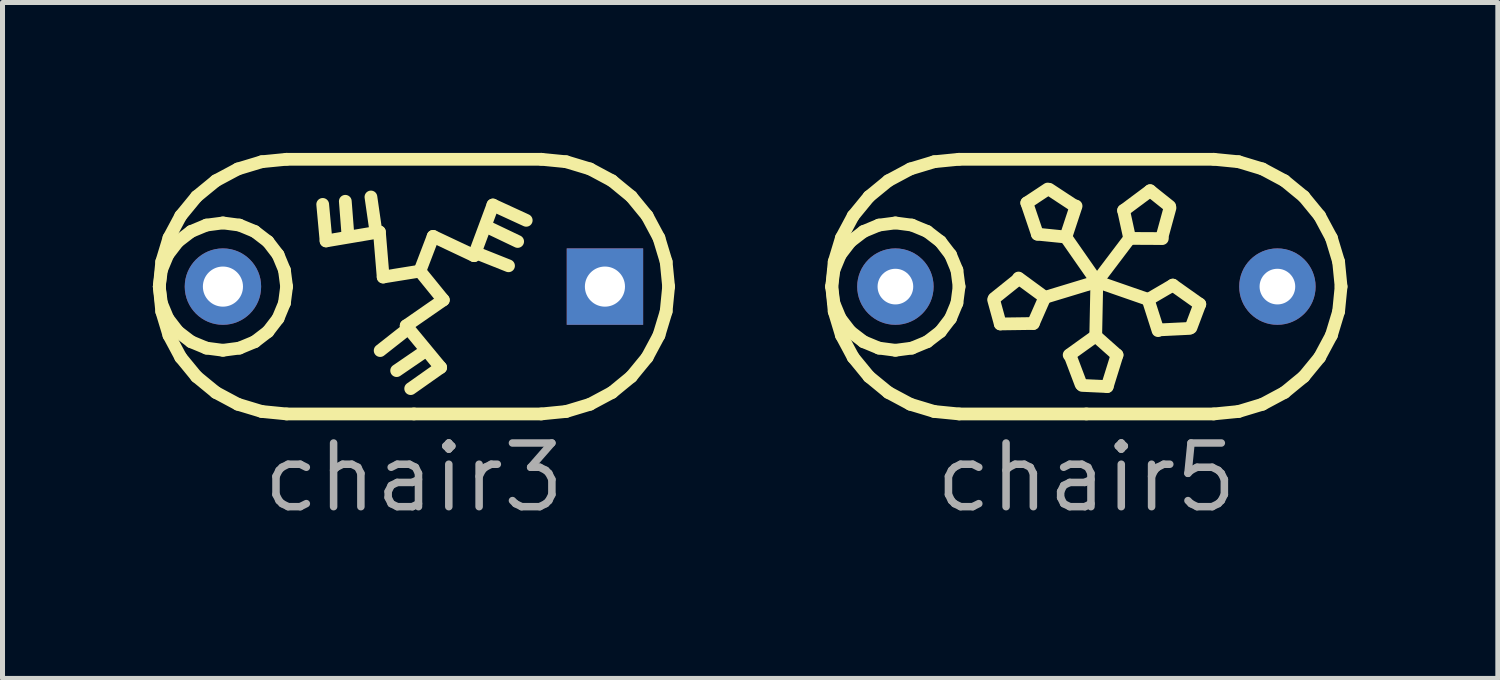
<source format=kicad_pcb>
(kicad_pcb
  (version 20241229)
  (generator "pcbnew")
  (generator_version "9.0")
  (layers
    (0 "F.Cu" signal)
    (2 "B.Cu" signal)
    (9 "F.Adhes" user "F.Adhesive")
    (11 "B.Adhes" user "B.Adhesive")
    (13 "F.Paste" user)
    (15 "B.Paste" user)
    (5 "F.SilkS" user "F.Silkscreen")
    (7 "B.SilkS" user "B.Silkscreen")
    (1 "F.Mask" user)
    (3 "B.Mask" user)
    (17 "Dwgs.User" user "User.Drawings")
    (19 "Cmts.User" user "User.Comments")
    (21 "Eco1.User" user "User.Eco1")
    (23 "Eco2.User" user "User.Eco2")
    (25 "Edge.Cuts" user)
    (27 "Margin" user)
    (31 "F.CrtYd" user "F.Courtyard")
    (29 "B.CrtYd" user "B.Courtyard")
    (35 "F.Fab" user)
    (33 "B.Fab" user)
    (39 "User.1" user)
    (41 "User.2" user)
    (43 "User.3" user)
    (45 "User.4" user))
  (footprint "chair3"
    (layer "F.Cu")
    (at 1.397 2.667)
    (property "Reference" "chair3" (at 3.81 3.81 0) (layer "F.Fab") (effects (font (size 1.27 1.27) (thickness 0.15))))
    (attr through_hole)
    (fp_line (start -1.27 0) (end -1.227 -0.329) (stroke (width 0.254) (type default)) (layer "F.SilkS"))
    (fp_line (start -1.27 0) (end -1.221 -0.496) (stroke (width 0.254) (type default)) (layer "F.SilkS"))
    (fp_line (start -1.227 -0.329) (end -1.1 -0.635) (stroke (width 0.254) (type default)) (layer "F.SilkS"))
    (fp_line (start -1.227 0.329) (end -1.27 0) (stroke (width 0.254) (type default)) (layer "F.SilkS"))
    (fp_line (start -1.221 -0.496) (end -1.077 -0.972) (stroke (width 0.254) (type default)) (layer "F.SilkS"))
    (fp_line (start -1.221 0.496) (end -1.27 0) (stroke (width 0.254) (type default)) (layer "F.SilkS"))
    (fp_line (start -1.1 -0.635) (end -0.898 -0.898) (stroke (width 0.254) (type default)) (layer "F.SilkS"))
    (fp_line (start -1.1 0.635) (end -1.227 0.329) (stroke (width 0.254) (type default)) (layer "F.SilkS"))
    (fp_line (start -1.077 -0.972) (end -0.842 -1.411) (stroke (width 0.254) (type default)) (layer "F.SilkS"))
    (fp_line (start -1.077 0.972) (end -1.221 0.496) (stroke (width 0.254) (type default)) (layer "F.SilkS"))
    (fp_line (start -0.898 -0.898) (end -0.635 -1.1) (stroke (width 0.254) (type default)) (layer "F.SilkS"))
    (fp_line (start -0.898 0.898) (end -1.1 0.635) (stroke (width 0.254) (type default)) (layer "F.SilkS"))
    (fp_line (start -0.842 -1.411) (end -0.526 -1.796) (stroke (width 0.254) (type default)) (layer "F.SilkS"))
    (fp_line (start -0.842 1.411) (end -1.077 0.972) (stroke (width 0.254) (type default)) (layer "F.SilkS"))
    (fp_line (start -0.635 -1.1) (end -0.329 -1.227) (stroke (width 0.254) (type default)) (layer "F.SilkS"))
    (fp_line (start -0.635 1.1) (end -0.898 0.898) (stroke (width 0.254) (type default)) (layer "F.SilkS"))
    (fp_line (start -0.526 -1.796) (end -0.141 -2.112) (stroke (width 0.254) (type default)) (layer "F.SilkS"))
    (fp_line (start -0.526 1.796) (end -0.842 1.411) (stroke (width 0.254) (type default)) (layer "F.SilkS"))
    (fp_line (start -0.329 -1.227) (end 0 -1.27) (stroke (width 0.254) (type default)) (layer "F.SilkS"))
    (fp_line (start -0.329 1.227) (end -0.635 1.1) (stroke (width 0.254) (type default)) (layer "F.SilkS"))
    (fp_line (start -0.141 -2.112) (end 0.298 -2.347) (stroke (width 0.254) (type default)) (layer "F.SilkS"))
    (fp_line (start -0.141 2.112) (end -0.526 1.796) (stroke (width 0.254) (type default)) (layer "F.SilkS"))
    (fp_line (start 0 -1.27) (end 0.329 -1.227) (stroke (width 0.254) (type default)) (layer "F.SilkS"))
    (fp_line (start 0 1.27) (end -0.329 1.227) (stroke (width 0.254) (type default)) (layer "F.SilkS"))
    (fp_line (start 0.298 -2.347) (end 0.774 -2.491) (stroke (width 0.254) (type default)) (layer "F.SilkS"))
    (fp_line (start 0.298 2.347) (end -0.141 2.112) (stroke (width 0.254) (type default)) (layer "F.SilkS"))
    (fp_line (start 0.329 -1.227) (end 0.635 -1.1) (stroke (width 0.254) (type default)) (layer "F.SilkS"))
    (fp_line (start 0.329 1.227) (end 0 1.27) (stroke (width 0.254) (type default)) (layer "F.SilkS"))
    (fp_line (start 0.635 -1.1) (end 0.898 -0.898) (stroke (width 0.254) (type default)) (layer "F.SilkS"))
    (fp_line (start 0.635 1.1) (end 0.329 1.227) (stroke (width 0.254) (type default)) (layer "F.SilkS"))
    (fp_line (start 0.774 -2.491) (end 1.27 -2.54) (stroke (width 0.254) (type default)) (layer "F.SilkS"))
    (fp_line (start 0.774 2.491) (end 0.298 2.347) (stroke (width 0.254) (type default)) (layer "F.SilkS"))
    (fp_line (start 0.898 -0.898) (end 1.1 -0.635) (stroke (width 0.254) (type default)) (layer "F.SilkS"))
    (fp_line (start 0.898 0.898) (end 0.635 1.1) (stroke (width 0.254) (type default)) (layer "F.SilkS"))
    (fp_line (start 1.1 -0.635) (end 1.227 -0.329) (stroke (width 0.254) (type default)) (layer "F.SilkS"))
    (fp_line (start 1.1 0.635) (end 0.898 0.898) (stroke (width 0.254) (type default)) (layer "F.SilkS"))
    (fp_line (start 1.227 -0.329) (end 1.27 0) (stroke (width 0.254) (type default)) (layer "F.SilkS"))
    (fp_line (start 1.227 0.329) (end 1.1 0.635) (stroke (width 0.254) (type default)) (layer "F.SilkS"))
    (fp_line (start 1.27 -2.54) (end 6.35 -2.54) (stroke (width 0.254) (type default)) (layer "F.SilkS"))
    (fp_line (start 1.27 0) (end 1.227 0.329) (stroke (width 0.254) (type default)) (layer "F.SilkS"))
    (fp_line (start 1.27 2.54) (end 0.774 2.491) (stroke (width 0.254) (type default)) (layer "F.SilkS"))
    (fp_line (start 1.99 -1.64) (end 2.057 -0.911) (stroke (width 0.254) (type default)) (layer "F.SilkS"))
    (fp_line (start 2.057 -0.911) (end 3.121 -1.091) (stroke (width 0.254) (type default)) (layer "F.SilkS"))
    (fp_line (start 2.492 -1.046) (end 2.441 -1.702) (stroke (width 0.254) (type default)) (layer "F.SilkS"))
    (fp_line (start 3.046 -1.136) (end 2.952 -1.788) (stroke (width 0.254) (type default)) (layer "F.SilkS"))
    (fp_line (start 3.121 -1.091) (end 3.196 -0.191) (stroke (width 0.254) (type default)) (layer "F.SilkS"))
    (fp_line (start 3.196 -0.191) (end 3.928 -0.309) (stroke (width 0.254) (type default)) (layer "F.SilkS"))
    (fp_line (start 3.653 0.869) (end 3.136 1.276) (stroke (width 0.254) (type default)) (layer "F.SilkS"))
    (fp_line (start 3.655 0.781) (end 4.396 0.267) (stroke (width 0.254) (type default)) (layer "F.SilkS"))
    (fp_line (start 3.745 2.035) (end 4.343 1.613) (stroke (width 0.254) (type default)) (layer "F.SilkS"))
    (fp_line (start 3.81 2.54) (end 1.27 2.54) (stroke (width 0.254) (type default)) (layer "F.SilkS"))
    (fp_line (start 4.009 1.304) (end 3.465 1.676) (stroke (width 0.254) (type default)) (layer "F.SilkS"))
    (fp_line (start 4.193 -1.002) (end 3.928 -0.309) (stroke (width 0.254) (type default)) (layer "F.SilkS"))
    (fp_line (start 4.343 1.613) (end 3.655 0.781) (stroke (width 0.254) (type default)) (layer "F.SilkS"))
    (fp_line (start 4.396 0.267) (end 3.928 -0.309) (stroke (width 0.254) (type default)) (layer "F.SilkS"))
    (fp_line (start 5.009 -0.617) (end 4.193 -1.002) (stroke (width 0.254) (type default)) (layer "F.SilkS"))
    (fp_line (start 5.085 -0.659) (end 5.697 -0.415) (stroke (width 0.254) (type default)) (layer "F.SilkS"))
    (fp_line (start 5.285 -1.184) (end 5.879 -0.9) (stroke (width 0.254) (type default)) (layer "F.SilkS"))
    (fp_line (start 5.385 -1.628) (end 5.009 -0.617) (stroke (width 0.254) (type default)) (layer "F.SilkS"))
    (fp_line (start 6.05 -1.322) (end 5.385 -1.628) (stroke (width 0.254) (type default)) (layer "F.SilkS"))
    (fp_line (start 6.35 -2.54) (end 6.846 -2.491) (stroke (width 0.254) (type default)) (layer "F.SilkS"))
    (fp_line (start 6.35 2.54) (end 3.81 2.54) (stroke (width 0.254) (type default)) (layer "F.SilkS"))
    (fp_line (start 6.846 -2.491) (end 7.322 -2.347) (stroke (width 0.254) (type default)) (layer "F.SilkS"))
    (fp_line (start 6.846 2.491) (end 6.35 2.54) (stroke (width 0.254) (type default)) (layer "F.SilkS"))
    (fp_line (start 7.322 -2.347) (end 7.761 -2.112) (stroke (width 0.254) (type default)) (layer "F.SilkS"))
    (fp_line (start 7.322 2.347) (end 6.846 2.491) (stroke (width 0.254) (type default)) (layer "F.SilkS"))
    (fp_line (start 7.761 -2.112) (end 8.146 -1.796) (stroke (width 0.254) (type default)) (layer "F.SilkS"))
    (fp_line (start 7.761 2.112) (end 7.322 2.347) (stroke (width 0.254) (type default)) (layer "F.SilkS"))
    (fp_line (start 8.146 -1.796) (end 8.462 -1.411) (stroke (width 0.254) (type default)) (layer "F.SilkS"))
    (fp_line (start 8.146 1.796) (end 7.761 2.112) (stroke (width 0.254) (type default)) (layer "F.SilkS"))
    (fp_line (start 8.462 -1.411) (end 8.697 -0.972) (stroke (width 0.254) (type default)) (layer "F.SilkS"))
    (fp_line (start 8.462 1.411) (end 8.146 1.796) (stroke (width 0.254) (type default)) (layer "F.SilkS"))
    (fp_line (start 8.697 -0.972) (end 8.841 -0.496) (stroke (width 0.254) (type default)) (layer "F.SilkS"))
    (fp_line (start 8.697 0.972) (end 8.462 1.411) (stroke (width 0.254) (type default)) (layer "F.SilkS"))
    (fp_line (start 8.841 -0.496) (end 8.89 0) (stroke (width 0.254) (type default)) (layer "F.SilkS"))
    (fp_line (start 8.841 0.496) (end 8.697 0.972) (stroke (width 0.254) (type default)) (layer "F.SilkS"))
    (fp_line (start 8.89 0) (end 8.841 0.496) (stroke (width 0.254) (type default)) (layer "F.SilkS"))
    (pad "1" thru_hole rect (at 7.62 0) (size 1.524 1.524) (drill 0.8) (layers "*.Cu" "*.Mask"))
    (pad "2" thru_hole circle (at 0 0) (size 1.524 1.524) (drill 0.8) (layers "*.Cu" "*.Mask")))
  (footprint "chair5"
    (layer "F.Cu")
    (at 14.811 2.667)
    (property "Reference" "chair5" (at 3.81 3.81 0) (layer "F.Fab") (effects (font (size 1.27 1.27) (thickness 0.15))))
    (attr through_hole)
    (fp_line (start -1.27 0) (end -1.227 -0.329) (stroke (width 0.254) (type default)) (layer "F.SilkS"))
    (fp_line (start -1.27 0) (end -1.221 -0.496) (stroke (width 0.254) (type default)) (layer "F.SilkS"))
    (fp_line (start -1.227 -0.329) (end -1.1 -0.635) (stroke (width 0.254) (type default)) (layer "F.SilkS"))
    (fp_line (start -1.227 0.329) (end -1.27 0) (stroke (width 0.254) (type default)) (layer "F.SilkS"))
    (fp_line (start -1.221 -0.496) (end -1.077 -0.972) (stroke (width 0.254) (type default)) (layer "F.SilkS"))
    (fp_line (start -1.221 0.496) (end -1.27 0) (stroke (width 0.254) (type default)) (layer "F.SilkS"))
    (fp_line (start -1.1 -0.635) (end -0.898 -0.898) (stroke (width 0.254) (type default)) (layer "F.SilkS"))
    (fp_line (start -1.1 0.635) (end -1.227 0.329) (stroke (width 0.254) (type default)) (layer "F.SilkS"))
    (fp_line (start -1.077 -0.972) (end -0.842 -1.411) (stroke (width 0.254) (type default)) (layer "F.SilkS"))
    (fp_line (start -1.077 0.972) (end -1.221 0.496) (stroke (width 0.254) (type default)) (layer "F.SilkS"))
    (fp_line (start -0.898 -0.898) (end -0.635 -1.1) (stroke (width 0.254) (type default)) (layer "F.SilkS"))
    (fp_line (start -0.898 0.898) (end -1.1 0.635) (stroke (width 0.254) (type default)) (layer "F.SilkS"))
    (fp_line (start -0.842 -1.411) (end -0.526 -1.796) (stroke (width 0.254) (type default)) (layer "F.SilkS"))
    (fp_line (start -0.842 1.411) (end -1.077 0.972) (stroke (width 0.254) (type default)) (layer "F.SilkS"))
    (fp_line (start -0.635 -1.1) (end -0.329 -1.227) (stroke (width 0.254) (type default)) (layer "F.SilkS"))
    (fp_line (start -0.635 1.1) (end -0.898 0.898) (stroke (width 0.254) (type default)) (layer "F.SilkS"))
    (fp_line (start -0.526 -1.796) (end -0.141 -2.112) (stroke (width 0.254) (type default)) (layer "F.SilkS"))
    (fp_line (start -0.526 1.796) (end -0.842 1.411) (stroke (width 0.254) (type default)) (layer "F.SilkS"))
    (fp_line (start -0.329 -1.227) (end 0 -1.27) (stroke (width 0.254) (type default)) (layer "F.SilkS"))
    (fp_line (start -0.329 1.227) (end -0.635 1.1) (stroke (width 0.254) (type default)) (layer "F.SilkS"))
    (fp_line (start -0.141 -2.112) (end 0.298 -2.347) (stroke (width 0.254) (type default)) (layer "F.SilkS"))
    (fp_line (start -0.141 2.112) (end -0.526 1.796) (stroke (width 0.254) (type default)) (layer "F.SilkS"))
    (fp_line (start 0 -1.27) (end 0.329 -1.227) (stroke (width 0.254) (type default)) (layer "F.SilkS"))
    (fp_line (start 0 1.27) (end -0.329 1.227) (stroke (width 0.254) (type default)) (layer "F.SilkS"))
    (fp_line (start 0.298 -2.347) (end 0.774 -2.491) (stroke (width 0.254) (type default)) (layer "F.SilkS"))
    (fp_line (start 0.298 2.347) (end -0.141 2.112) (stroke (width 0.254) (type default)) (layer "F.SilkS"))
    (fp_line (start 0.329 -1.227) (end 0.635 -1.1) (stroke (width 0.254) (type default)) (layer "F.SilkS"))
    (fp_line (start 0.329 1.227) (end 0 1.27) (stroke (width 0.254) (type default)) (layer "F.SilkS"))
    (fp_line (start 0.635 -1.1) (end 0.898 -0.898) (stroke (width 0.254) (type default)) (layer "F.SilkS"))
    (fp_line (start 0.635 1.1) (end 0.329 1.227) (stroke (width 0.254) (type default)) (layer "F.SilkS"))
    (fp_line (start 0.774 -2.491) (end 1.27 -2.54) (stroke (width 0.254) (type default)) (layer "F.SilkS"))
    (fp_line (start 0.774 2.491) (end 0.298 2.347) (stroke (width 0.254) (type default)) (layer "F.SilkS"))
    (fp_line (start 0.898 -0.898) (end 1.1 -0.635) (stroke (width 0.254) (type default)) (layer "F.SilkS"))
    (fp_line (start 0.898 0.898) (end 0.635 1.1) (stroke (width 0.254) (type default)) (layer "F.SilkS"))
    (fp_line (start 1.1 -0.635) (end 1.227 -0.329) (stroke (width 0.254) (type default)) (layer "F.SilkS"))
    (fp_line (start 1.1 0.635) (end 0.898 0.898) (stroke (width 0.254) (type default)) (layer "F.SilkS"))
    (fp_line (start 1.227 -0.329) (end 1.27 0) (stroke (width 0.254) (type default)) (layer "F.SilkS"))
    (fp_line (start 1.227 0.329) (end 1.1 0.635) (stroke (width 0.254) (type default)) (layer "F.SilkS"))
    (fp_line (start 1.27 -2.54) (end 6.35 -2.54) (stroke (width 0.254) (type default)) (layer "F.SilkS"))
    (fp_line (start 1.27 0) (end 1.227 0.329) (stroke (width 0.254) (type default)) (layer "F.SilkS"))
    (fp_line (start 1.27 2.54) (end 0.774 2.491) (stroke (width 0.254) (type default)) (layer "F.SilkS"))
    (fp_line (start 1.973 0.234) (end 2.461 -0.157) (stroke (width 0.254) (type default)) (layer "F.SilkS"))
    (fp_line (start 2.092 0.745) (end 1.959 0.262) (stroke (width 0.254) (type default)) (layer "F.SilkS"))
    (fp_line (start 2.456 -0.171) (end 2.937 0.182) (stroke (width 0.254) (type default)) (layer "F.SilkS"))
    (fp_line (start 2.621 -1.67) (end 3.038 -1.946) (stroke (width 0.254) (type default)) (layer "F.SilkS"))
    (fp_line (start 2.751 0.736) (end 2.092 0.745) (stroke (width 0.254) (type default)) (layer "F.SilkS"))
    (fp_line (start 2.832 -1.046) (end 2.621 -1.67) (stroke (width 0.254) (type default)) (layer "F.SilkS"))
    (fp_line (start 2.98 0.216) (end 2.751 0.736) (stroke (width 0.254) (type default)) (layer "F.SilkS"))
    (fp_line (start 3.07 -1.941) (end 3.592 -1.598) (stroke (width 0.254) (type default)) (layer "F.SilkS"))
    (fp_line (start 3.398 -0.989) (end 2.832 -1.046) (stroke (width 0.254) (type default)) (layer "F.SilkS"))
    (fp_line (start 3.466 1.364) (end 3.951 1.016) (stroke (width 0.254) (type default)) (layer "F.SilkS"))
    (fp_line (start 3.604 -1.607) (end 3.417 -1.04) (stroke (width 0.254) (type default)) (layer "F.SilkS"))
    (fp_line (start 3.702 1.948) (end 3.481 1.364) (stroke (width 0.254) (type default)) (layer "F.SilkS"))
    (fp_line (start 3.81 2.54) (end 1.27 2.54) (stroke (width 0.254) (type default)) (layer "F.SilkS"))
    (fp_line (start 3.996 0.986) (end 4.421 1.364) (stroke (width 0.254) (type default)) (layer "F.SilkS"))
    (fp_line (start 4.018 -0.099) (end 2.98 0.216) (stroke (width 0.254) (type default)) (layer "F.SilkS"))
    (fp_line (start 4.018 -0.099) (end 3.398 -0.989) (stroke (width 0.254) (type default)) (layer "F.SilkS"))
    (fp_line (start 4.018 -0.099) (end 3.996 0.986) (stroke (width 0.254) (type default)) (layer "F.SilkS"))
    (fp_line (start 4.018 -0.099) (end 4.673 -0.964) (stroke (width 0.254) (type default)) (layer "F.SilkS"))
    (fp_line (start 4.018 -0.099) (end 5.043 0.257) (stroke (width 0.254) (type default)) (layer "F.SilkS"))
    (fp_line (start 4.225 1.994) (end 3.725 1.971) (stroke (width 0.254) (type default)) (layer "F.SilkS"))
    (fp_line (start 4.421 1.364) (end 4.225 1.994) (stroke (width 0.254) (type default)) (layer "F.SilkS"))
    (fp_line (start 4.552 -1.519) (end 5.081 -1.913) (stroke (width 0.254) (type default)) (layer "F.SilkS"))
    (fp_line (start 4.673 -0.964) (end 4.552 -1.519) (stroke (width 0.254) (type default)) (layer "F.SilkS"))
    (fp_line (start 5.043 0.257) (end 5.534 -0.03) (stroke (width 0.254) (type default)) (layer "F.SilkS"))
    (fp_line (start 5.081 -1.913) (end 5.472 -1.601) (stroke (width 0.254) (type default)) (layer "F.SilkS"))
    (fp_line (start 5.239 0.878) (end 5.057 0.309) (stroke (width 0.254) (type default)) (layer "F.SilkS"))
    (fp_line (start 5.324 -0.958) (end 4.727 -0.961) (stroke (width 0.254) (type default)) (layer "F.SilkS"))
    (fp_line (start 5.477 -1.569) (end 5.312 -0.967) (stroke (width 0.254) (type default)) (layer "F.SilkS"))
    (fp_line (start 5.534 -0.03) (end 6.072 0.351) (stroke (width 0.254) (type default)) (layer "F.SilkS"))
    (fp_line (start 5.867 0.834) (end 5.244 0.864) (stroke (width 0.254) (type default)) (layer "F.SilkS"))
    (fp_line (start 6.072 0.351) (end 5.896 0.819) (stroke (width 0.254) (type default)) (layer "F.SilkS"))
    (fp_line (start 6.35 -2.54) (end 6.846 -2.491) (stroke (width 0.254) (type default)) (layer "F.SilkS"))
    (fp_line (start 6.35 2.54) (end 3.81 2.54) (stroke (width 0.254) (type default)) (layer "F.SilkS"))
    (fp_line (start 6.846 -2.491) (end 7.322 -2.347) (stroke (width 0.254) (type default)) (layer "F.SilkS"))
    (fp_line (start 6.846 2.491) (end 6.35 2.54) (stroke (width 0.254) (type default)) (layer "F.SilkS"))
    (fp_line (start 7.322 -2.347) (end 7.761 -2.112) (stroke (width 0.254) (type default)) (layer "F.SilkS"))
    (fp_line (start 7.322 2.347) (end 6.846 2.491) (stroke (width 0.254) (type default)) (layer "F.SilkS"))
    (fp_line (start 7.761 -2.112) (end 8.146 -1.796) (stroke (width 0.254) (type default)) (layer "F.SilkS"))
    (fp_line (start 7.761 2.112) (end 7.322 2.347) (stroke (width 0.254) (type default)) (layer "F.SilkS"))
    (fp_line (start 8.146 -1.796) (end 8.462 -1.411) (stroke (width 0.254) (type default)) (layer "F.SilkS"))
    (fp_line (start 8.146 1.796) (end 7.761 2.112) (stroke (width 0.254) (type default)) (layer "F.SilkS"))
    (fp_line (start 8.462 -1.411) (end 8.697 -0.972) (stroke (width 0.254) (type default)) (layer "F.SilkS"))
    (fp_line (start 8.462 1.411) (end 8.146 1.796) (stroke (width 0.254) (type default)) (layer "F.SilkS"))
    (fp_line (start 8.697 -0.972) (end 8.841 -0.496) (stroke (width 0.254) (type default)) (layer "F.SilkS"))
    (fp_line (start 8.697 0.972) (end 8.462 1.411) (stroke (width 0.254) (type default)) (layer "F.SilkS"))
    (fp_line (start 8.841 -0.496) (end 8.89 0) (stroke (width 0.254) (type default)) (layer "F.SilkS"))
    (fp_line (start 8.841 0.496) (end 8.697 0.972) (stroke (width 0.254) (type default)) (layer "F.SilkS"))
    (fp_line (start 8.89 0) (end 8.841 0.496) (stroke (width 0.254) (type default)) (layer "F.SilkS"))
    (pad "1" thru_hole circle (at 7.62 0) (size 1.524 1.524) (drill 0.711) (layers "*.Cu" "*.Mask"))
    (pad "2" thru_hole circle (at 0 0) (size 1.524 1.524) (drill 0.711) (layers "*.Cu" "*.Mask")))
  (gr_rect
    (start -3 -3)
    (end 26.828 10.483)
    (stroke (width 0.1) (type default))
    (fill no)
    (layer "Edge.Cuts")))
</source>
